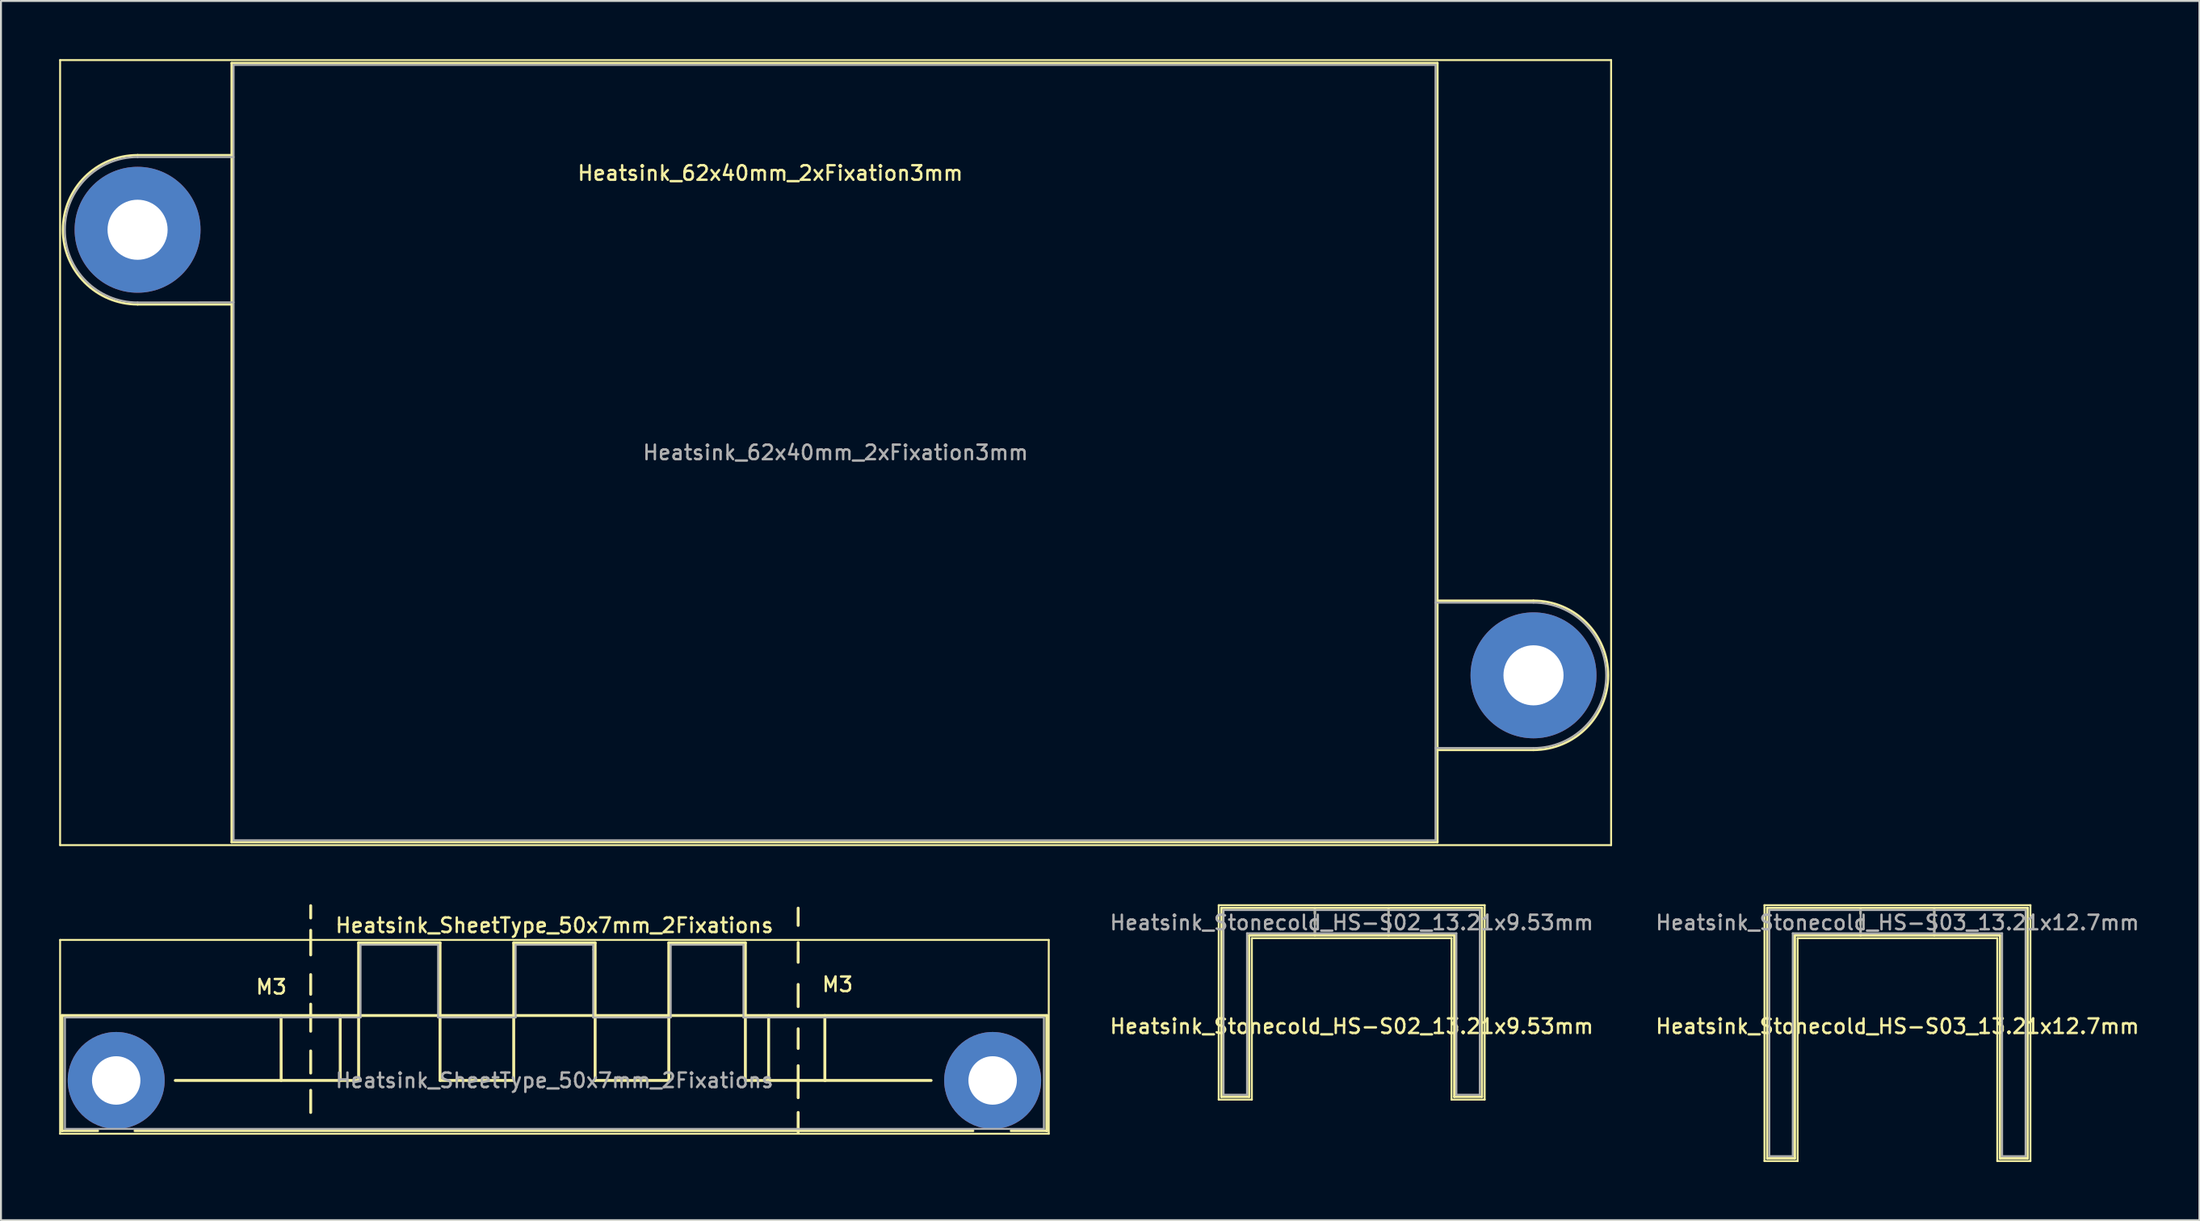
<source format=kicad_pcb>
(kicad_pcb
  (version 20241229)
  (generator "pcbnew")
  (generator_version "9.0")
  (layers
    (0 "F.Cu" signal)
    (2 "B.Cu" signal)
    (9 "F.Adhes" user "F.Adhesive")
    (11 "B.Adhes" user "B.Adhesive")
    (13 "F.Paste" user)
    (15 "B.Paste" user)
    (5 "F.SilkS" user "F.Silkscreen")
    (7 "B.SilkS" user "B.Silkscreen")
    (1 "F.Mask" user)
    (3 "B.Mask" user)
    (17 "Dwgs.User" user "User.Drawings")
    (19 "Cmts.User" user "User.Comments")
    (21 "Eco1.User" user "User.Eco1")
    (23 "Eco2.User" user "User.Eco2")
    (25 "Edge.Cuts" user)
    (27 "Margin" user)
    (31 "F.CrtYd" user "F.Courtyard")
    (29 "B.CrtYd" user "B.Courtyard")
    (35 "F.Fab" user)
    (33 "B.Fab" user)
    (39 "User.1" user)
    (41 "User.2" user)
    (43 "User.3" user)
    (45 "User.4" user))
  (footprint "Heatsink_SheetType_50x7mm_2Fixations"
    (layer "F.Cu")
    (at 25.55 52.692)
    (property "Reference" "Heatsink_SheetType_50x7mm_2Fixations" (at 0 -8 0) (layer "F.SilkS") (effects (font (size 0.75 0.75) (thickness 0.125))))
    (attr through_hole)
    (fp_line (start -25.5 -7.25) (end -25.5 2.75) (stroke (width 0.1) (type solid)) (layer "F.SilkS"))
    (fp_line (start -25.5 -7.25) (end 25.5 -7.25) (stroke (width 0.1) (type solid)) (layer "F.SilkS"))
    (fp_line (start -25.4 -3.35) (end -25.4 2.6) (stroke (width 0.15) (type solid)) (layer "F.SilkS"))
    (fp_line (start -25.4 2.6) (end -23.55 2.6) (stroke (width 0.12) (type solid)) (layer "F.SilkS"))
    (fp_line (start -21.65 2.6) (end 21.6 2.6) (stroke (width 0.12) (type solid)) (layer "F.SilkS"))
    (fp_line (start -14.1 -3.35) (end -14.097 0) (stroke (width 0.15) (type solid)) (layer "F.SilkS"))
    (fp_line (start -12.573 -9.017) (end -12.573 -8.382) (stroke (width 0.15) (type solid)) (layer "F.SilkS"))
    (fp_line (start -12.573 -7.747) (end -12.573 -6.477) (stroke (width 0.15) (type solid)) (layer "F.SilkS"))
    (fp_line (start -12.573 -5.461) (end -12.573 -4.445) (stroke (width 0.15) (type solid)) (layer "F.SilkS"))
    (fp_line (start -12.573 -3.937) (end -12.573 -2.54) (stroke (width 0.15) (type solid)) (layer "F.SilkS"))
    (fp_line (start -12.573 -1.524) (end -12.573 -0.381) (stroke (width 0.15) (type solid)) (layer "F.SilkS"))
    (fp_line (start -12.573 0.508) (end -12.573 1.651) (stroke (width 0.15) (type solid)) (layer "F.SilkS"))
    (fp_line (start -11.05 -3.35) (end -11.049 0) (stroke (width 0.15) (type solid)) (layer "F.SilkS"))
    (fp_line (start -10.1 -7.1) (end -10.1 0) (stroke (width 0.15) (type solid)) (layer "F.SilkS"))
    (fp_line (start -10.033 0) (end -19.558 0) (stroke (width 0.15) (type solid)) (layer "F.SilkS"))
    (fp_line (start -5.9 -7.1) (end -10.1 -7.1) (stroke (width 0.15) (type solid)) (layer "F.SilkS"))
    (fp_line (start -5.9 -7.1) (end -5.9 0) (stroke (width 0.15) (type solid)) (layer "F.SilkS"))
    (fp_line (start -2.1 -7.1) (end -2.1 0) (stroke (width 0.15) (type solid)) (layer "F.SilkS"))
    (fp_line (start -2.1 0) (end -5.9 0) (stroke (width 0.15) (type solid)) (layer "F.SilkS"))
    (fp_line (start 2.1 -7.1) (end -2.1 -7.1) (stroke (width 0.15) (type solid)) (layer "F.SilkS"))
    (fp_line (start 2.1 -7.1) (end 2.1 0) (stroke (width 0.15) (type solid)) (layer "F.SilkS"))
    (fp_line (start 5.9 -7.1) (end 5.9 0) (stroke (width 0.15) (type solid)) (layer "F.SilkS"))
    (fp_line (start 5.9 0) (end 2.1 0) (stroke (width 0.15) (type solid)) (layer "F.SilkS"))
    (fp_line (start 9.85 -7.1) (end 5.9 -7.1) (stroke (width 0.15) (type solid)) (layer "F.SilkS"))
    (fp_line (start 9.85 -7.1) (end 9.85 0) (stroke (width 0.15) (type solid)) (layer "F.SilkS"))
    (fp_line (start 11.05 -3.35) (end 11.05 0) (stroke (width 0.15) (type solid)) (layer "F.SilkS"))
    (fp_line (start 12.573 -8.89) (end 12.573 -8.001) (stroke (width 0.15) (type solid)) (layer "F.SilkS"))
    (fp_line (start 12.573 -7.112) (end 12.573 -6.096) (stroke (width 0.15) (type solid)) (layer "F.SilkS"))
    (fp_line (start 12.573 -4.953) (end 12.573 -3.81) (stroke (width 0.15) (type solid)) (layer "F.SilkS"))
    (fp_line (start 12.573 -2.667) (end 12.573 -1.651) (stroke (width 0.15) (type solid)) (layer "F.SilkS"))
    (fp_line (start 12.573 -0.762) (end 12.573 0.889) (stroke (width 0.15) (type solid)) (layer "F.SilkS"))
    (fp_line (start 12.573 1.651) (end 12.573 2.667) (stroke (width 0.15) (type solid)) (layer "F.SilkS"))
    (fp_line (start 13.95 -3.35) (end 13.95 0) (stroke (width 0.15) (type solid)) (layer "F.SilkS"))
    (fp_line (start 13.97 0) (end 9.906 0) (stroke (width 0.15) (type solid)) (layer "F.SilkS"))
    (fp_line (start 13.97 0) (end 19.431 0) (stroke (width 0.15) (type solid)) (layer "F.SilkS"))
    (fp_line (start 25.4 -3.35) (end -25.4 -3.35) (stroke (width 0.15) (type solid)) (layer "F.SilkS"))
    (fp_line (start 25.4 2.6) (end 23.55 2.6) (stroke (width 0.12) (type solid)) (layer "F.SilkS"))
    (fp_line (start 25.4 2.6) (end 25.4 -3.35) (stroke (width 0.15) (type solid)) (layer "F.SilkS"))
    (fp_line (start 25.5 2.75) (end -25.5 2.75) (stroke (width 0.1) (type solid)) (layer "F.SilkS"))
    (fp_line (start 25.5 2.75) (end 25.5 -7.25) (stroke (width 0.1) (type solid)) (layer "F.SilkS"))
    (fp_line (start -25.25 -3.25) (end -25.25 2.5) (stroke (width 0.1) (type solid)) (layer "F.Fab"))
    (fp_line (start -25.25 2.5) (end 25.25 2.5) (stroke (width 0.1) (type solid)) (layer "F.Fab"))
    (fp_line (start -10 -7) (end -10 -3.25) (stroke (width 0.1) (type solid)) (layer "F.Fab"))
    (fp_line (start -10 -3.25) (end -25.25 -3.25) (stroke (width 0.1) (type solid)) (layer "F.Fab"))
    (fp_line (start -6 -7) (end -10 -7) (stroke (width 0.1) (type solid)) (layer "F.Fab"))
    (fp_line (start -6 -3.25) (end -6 -7) (stroke (width 0.1) (type solid)) (layer "F.Fab"))
    (fp_line (start -2 -7) (end -2 -3.25) (stroke (width 0.1) (type solid)) (layer "F.Fab"))
    (fp_line (start -2 -3.25) (end -6 -3.25) (stroke (width 0.1) (type solid)) (layer "F.Fab"))
    (fp_line (start 2 -7) (end -2 -7) (stroke (width 0.1) (type solid)) (layer "F.Fab"))
    (fp_line (start 2 -6.75) (end 2 -7) (stroke (width 0.1) (type solid)) (layer "F.Fab"))
    (fp_line (start 2 -3.25) (end 2 -6.75) (stroke (width 0.1) (type solid)) (layer "F.Fab"))
    (fp_line (start 6 -7) (end 6 -3.25) (stroke (width 0.1) (type solid)) (layer "F.Fab"))
    (fp_line (start 6 -3.25) (end 2 -3.25) (stroke (width 0.1) (type solid)) (layer "F.Fab"))
    (fp_line (start 9.75 -7) (end 6 -7) (stroke (width 0.1) (type solid)) (layer "F.Fab"))
    (fp_line (start 9.75 -3.25) (end 9.75 -7) (stroke (width 0.1) (type solid)) (layer "F.Fab"))
    (fp_line (start 25.25 -3.25) (end 9.75 -3.25) (stroke (width 0.1) (type solid)) (layer "F.Fab"))
    (fp_line (start 25.25 2.5) (end 25.25 -3.25) (stroke (width 0.1) (type solid)) (layer "F.Fab"))
    (fp_text user "M3" (at -14.605 -4.826 0) (layer "F.SilkS") (effects (font (size 0.75 0.75) (thickness 0.125))))
    (fp_text user "M3" (at 14.605 -4.953 0) (layer "F.SilkS") (effects (font (size 0.75 0.75) (thickness 0.125))))
    (fp_text user "${REFERENCE}" (at 0 0 0) (layer "F.Fab") (effects (font (size 0.75 0.75) (thickness 0.125))))
    (pad "1" thru_hole circle (at -22.606 0) (size 5.001 5.001) (drill 2.499) (layers "*.Cu" "*.Mask"))
    (pad "1" thru_hole circle (at 22.606 0) (size 5.001 5.001) (drill 2.499) (layers "*.Cu" "*.Mask")))
  (footprint "Heatsink_62x40mm_2xFixation3mm"
    (layer "F.Cu")
    (at 9 40.3)
    (property "Reference" "Heatsink_62x40mm_2xFixation3mm" (at 27.686 -34.417 0) (layer "F.SilkS") (effects (font (size 0.75 0.75) (thickness 0.125))))
    (attr through_hole)
    (fp_line (start -8.95 -40.25) (end -8.95 0.25) (stroke (width 0.1) (type solid)) (layer "F.SilkS"))
    (fp_line (start -8.95 -40.25) (end 71.06 -40.25) (stroke (width 0.1) (type solid)) (layer "F.SilkS"))
    (fp_line (start -4.953 -35.346) (end -0.103 -35.346) (stroke (width 0.12) (type solid)) (layer "F.SilkS"))
    (fp_line (start -0.103 -27.646) (end -4.953 -27.646) (stroke (width 0.12) (type solid)) (layer "F.SilkS"))
    (fp_line (start -0.1 -40.1) (end -0.1 0.1) (stroke (width 0.12) (type solid)) (layer "F.SilkS"))
    (fp_line (start -0.1 0.1) (end 62.1 0.1) (stroke (width 0.12) (type solid)) (layer "F.SilkS"))
    (fp_line (start 62.1 -40.1) (end -0.1 -40.1) (stroke (width 0.12) (type solid)) (layer "F.SilkS"))
    (fp_line (start 62.1 0.1) (end 62.1 -40.1) (stroke (width 0.12) (type solid)) (layer "F.SilkS"))
    (fp_line (start 67.056 -12.359) (end 62.106 -12.359) (stroke (width 0.12) (type solid)) (layer "F.SilkS"))
    (fp_line (start 67.056 -4.659) (end 62.106 -4.659) (stroke (width 0.12) (type solid)) (layer "F.SilkS"))
    (fp_line (start 71.06 0.25) (end -8.95 0.25) (stroke (width 0.1) (type solid)) (layer "F.SilkS"))
    (fp_line (start 71.06 0.25) (end 71.06 -40.25) (stroke (width 0.1) (type solid)) (layer "F.SilkS"))
    (fp_arc (start -4.953 -27.646) (mid -8.803 -31.496) (end -4.953 -35.346) (stroke (width 0.12) (type solid)) (layer "F.SilkS"))
    (fp_arc (start 67.056 -12.359) (mid 70.906 -8.509) (end 67.056 -4.659) (stroke (width 0.12) (type solid)) (layer "F.SilkS"))
    (fp_line (start -4.953 -35.246) (end 0 -35.246) (stroke (width 0.1) (type solid)) (layer "F.Fab"))
    (fp_line (start -4.953 -27.746) (end 0 -27.753) (stroke (width 0.1) (type solid)) (layer "F.Fab"))
    (fp_line (start 0 -40) (end 62 -40) (stroke (width 0.1) (type solid)) (layer "F.Fab"))
    (fp_line (start 0 0) (end 0 -40) (stroke (width 0.1) (type solid)) (layer "F.Fab"))
    (fp_line (start 62 -40) (end 62 0) (stroke (width 0.1) (type solid)) (layer "F.Fab"))
    (fp_line (start 62 0) (end 0 0) (stroke (width 0.1) (type solid)) (layer "F.Fab"))
    (fp_line (start 67.056 -12.259) (end 62.006 -12.259) (stroke (width 0.1) (type solid)) (layer "F.Fab"))
    (fp_line (start 67.056 -4.759) (end 62.006 -4.759) (stroke (width 0.1) (type solid)) (layer "F.Fab"))
    (fp_arc (start -4.953 -27.746) (mid -8.703 -31.496) (end -4.953 -35.246) (stroke (width 0.1) (type solid)) (layer "F.Fab"))
    (fp_arc (start 67.056 -12.259) (mid 70.806 -8.509) (end 67.056 -4.759) (stroke (width 0.1) (type solid)) (layer "F.Fab"))
    (fp_text user "${REFERENCE}" (at 31.052 -20.002 0) (layer "F.Fab") (effects (font (size 0.75 0.75) (thickness 0.125))))
    (pad "1" thru_hole circle (at -4.953 -31.496) (size 6.497 6.497) (drill 3.099) (layers "*.Cu" "*.Mask"))
    (pad "1" thru_hole circle (at 67.056 -8.509) (size 6.497 6.497) (drill 3.099) (layers "*.Cu" "*.Mask")))
  (footprint "Heatsink_Stonecold_HS-S03_13.21x12.7mm"
    (layer "F.Cu")
    (at 94.83 43.9)
    (property "Reference" "Heatsink_Stonecold_HS-S03_13.21x12.7mm" (at 0 6 0) (layer "F.SilkS") (effects (font (size 0.75 0.75) (thickness 0.125))))
    (fp_line (start -6.86 -0.25) (end -6.86 12.95) (stroke (width 0.1) (type solid)) (layer "F.SilkS"))
    (fp_line (start -6.86 -0.25) (end 6.86 -0.25) (stroke (width 0.1) (type solid)) (layer "F.SilkS"))
    (fp_line (start -6.86 12.95) (end -5.15 12.95) (stroke (width 0.1) (type solid)) (layer "F.SilkS"))
    (fp_line (start -6.72 -0.11) (end -6.72 12.81) (stroke (width 0.12) (type solid)) (layer "F.SilkS"))
    (fp_line (start -6.72 -0.11) (end 6.72 -0.11) (stroke (width 0.12) (type solid)) (layer "F.SilkS"))
    (fp_line (start -6.72 12.81) (end -5.29 12.81) (stroke (width 0.12) (type solid)) (layer "F.SilkS"))
    (fp_line (start -5.29 1.31) (end 5.29 1.31) (stroke (width 0.12) (type solid)) (layer "F.SilkS"))
    (fp_line (start -5.29 12.81) (end -5.29 1.31) (stroke (width 0.12) (type solid)) (layer "F.SilkS"))
    (fp_line (start -5.15 1.45) (end -5.15 12.95) (stroke (width 0.1) (type solid)) (layer "F.SilkS"))
    (fp_line (start -5.15 1.45) (end 5.15 1.45) (stroke (width 0.1) (type solid)) (layer "F.SilkS"))
    (fp_line (start -1.9 -0.11) (end -1.9 0.19) (stroke (width 0.12) (type solid)) (layer "F.SilkS"))
    (fp_line (start -1.9 0.45) (end -1.9 0.75) (stroke (width 0.12) (type solid)) (layer "F.SilkS"))
    (fp_line (start -1.9 1.01) (end -1.9 1.31) (stroke (width 0.12) (type solid)) (layer "F.SilkS"))
    (fp_line (start 1.9 -0.11) (end 1.9 0.19) (stroke (width 0.12) (type solid)) (layer "F.SilkS"))
    (fp_line (start 1.9 0.45) (end 1.9 0.75) (stroke (width 0.12) (type solid)) (layer "F.SilkS"))
    (fp_line (start 1.9 1.01) (end 1.9 1.31) (stroke (width 0.12) (type solid)) (layer "F.SilkS"))
    (fp_line (start 5.15 1.45) (end 5.15 12.95) (stroke (width 0.1) (type solid)) (layer "F.SilkS"))
    (fp_line (start 5.15 12.95) (end 6.86 12.95) (stroke (width 0.1) (type solid)) (layer "F.SilkS"))
    (fp_line (start 5.29 1.31) (end 5.29 12.81) (stroke (width 0.12) (type solid)) (layer "F.SilkS"))
    (fp_line (start 5.29 12.81) (end 6.72 12.81) (stroke (width 0.12) (type solid)) (layer "F.SilkS"))
    (fp_line (start 6.72 -0.11) (end 6.72 12.81) (stroke (width 0.12) (type solid)) (layer "F.SilkS"))
    (fp_line (start 6.86 -0.25) (end 6.86 12.95) (stroke (width 0.1) (type solid)) (layer "F.SilkS"))
    (fp_line (start -6.61 0) (end -6.61 12.7) (stroke (width 0.1) (type solid)) (layer "F.Fab"))
    (fp_line (start -6.61 0) (end 6.61 0) (stroke (width 0.1) (type solid)) (layer "F.Fab"))
    (fp_line (start -6.61 12.7) (end -5.4 12.7) (stroke (width 0.1) (type solid)) (layer "F.Fab"))
    (fp_line (start -5.4 1.2) (end -5.4 12.7) (stroke (width 0.1) (type solid)) (layer "F.Fab"))
    (fp_line (start -5.4 1.2) (end 5.4 1.2) (stroke (width 0.1) (type solid)) (layer "F.Fab"))
    (fp_line (start -1.9 1.2) (end -1.9 0) (stroke (width 0.1) (type solid)) (layer "F.Fab"))
    (fp_line (start 1.9 1.2) (end 1.9 0) (stroke (width 0.1) (type solid)) (layer "F.Fab"))
    (fp_line (start 5.4 1.2) (end 5.4 12.7) (stroke (width 0.1) (type solid)) (layer "F.Fab"))
    (fp_line (start 5.4 12.7) (end 6.61 12.7) (stroke (width 0.1) (type solid)) (layer "F.Fab"))
    (fp_line (start 6.61 0) (end 6.61 12.7) (stroke (width 0.1) (type solid)) (layer "F.Fab"))
    (fp_text user "${REFERENCE}" (at 0 0.65 0) (layer "F.Fab") (effects (font (size 0.75 0.75) (thickness 0.125)))))
  (footprint "Heatsink_Stonecold_HS-S02_13.21x9.53mm"
    (layer "F.Cu")
    (at 66.677 43.9)
    (property "Reference" "Heatsink_Stonecold_HS-S02_13.21x9.53mm" (at 0 6 0) (layer "F.SilkS") (effects (font (size 0.75 0.75) (thickness 0.125))))
    (fp_line (start -6.86 -0.25) (end -6.86 9.78) (stroke (width 0.1) (type solid)) (layer "F.SilkS"))
    (fp_line (start -6.86 -0.25) (end 6.86 -0.25) (stroke (width 0.1) (type solid)) (layer "F.SilkS"))
    (fp_line (start -6.86 9.78) (end -5.15 9.78) (stroke (width 0.1) (type solid)) (layer "F.SilkS"))
    (fp_line (start -6.72 -0.11) (end -6.72 9.64) (stroke (width 0.12) (type solid)) (layer "F.SilkS"))
    (fp_line (start -6.72 -0.11) (end 6.72 -0.11) (stroke (width 0.12) (type solid)) (layer "F.SilkS"))
    (fp_line (start -6.72 9.64) (end -5.29 9.64) (stroke (width 0.12) (type solid)) (layer "F.SilkS"))
    (fp_line (start -5.29 1.31) (end 5.29 1.31) (stroke (width 0.12) (type solid)) (layer "F.SilkS"))
    (fp_line (start -5.29 9.64) (end -5.29 1.31) (stroke (width 0.12) (type solid)) (layer "F.SilkS"))
    (fp_line (start -5.15 1.45) (end -5.15 9.78) (stroke (width 0.1) (type solid)) (layer "F.SilkS"))
    (fp_line (start -5.15 1.45) (end 5.15 1.45) (stroke (width 0.1) (type solid)) (layer "F.SilkS"))
    (fp_line (start -1.9 -0.11) (end -1.9 0.19) (stroke (width 0.12) (type solid)) (layer "F.SilkS"))
    (fp_line (start -1.9 0.45) (end -1.9 0.75) (stroke (width 0.12) (type solid)) (layer "F.SilkS"))
    (fp_line (start -1.9 1.01) (end -1.9 1.31) (stroke (width 0.12) (type solid)) (layer "F.SilkS"))
    (fp_line (start 1.9 -0.11) (end 1.9 0.19) (stroke (width 0.12) (type solid)) (layer "F.SilkS"))
    (fp_line (start 1.9 0.45) (end 1.9 0.75) (stroke (width 0.12) (type solid)) (layer "F.SilkS"))
    (fp_line (start 1.9 1.01) (end 1.9 1.31) (stroke (width 0.12) (type solid)) (layer "F.SilkS"))
    (fp_line (start 5.15 1.45) (end 5.15 9.78) (stroke (width 0.1) (type solid)) (layer "F.SilkS"))
    (fp_line (start 5.15 9.78) (end 6.86 9.78) (stroke (width 0.1) (type solid)) (layer "F.SilkS"))
    (fp_line (start 5.29 1.31) (end 5.29 9.64) (stroke (width 0.12) (type solid)) (layer "F.SilkS"))
    (fp_line (start 5.29 9.64) (end 6.72 9.64) (stroke (width 0.12) (type solid)) (layer "F.SilkS"))
    (fp_line (start 6.72 -0.11) (end 6.72 9.64) (stroke (width 0.12) (type solid)) (layer "F.SilkS"))
    (fp_line (start 6.86 -0.25) (end 6.86 9.78) (stroke (width 0.1) (type solid)) (layer "F.SilkS"))
    (fp_line (start -6.61 0) (end -6.61 9.53) (stroke (width 0.1) (type solid)) (layer "F.Fab"))
    (fp_line (start -6.61 0) (end 6.61 0) (stroke (width 0.1) (type solid)) (layer "F.Fab"))
    (fp_line (start -6.61 9.53) (end -5.4 9.53) (stroke (width 0.1) (type solid)) (layer "F.Fab"))
    (fp_line (start -5.4 1.2) (end -5.4 9.53) (stroke (width 0.1) (type solid)) (layer "F.Fab"))
    (fp_line (start -5.4 1.2) (end 5.4 1.2) (stroke (width 0.1) (type solid)) (layer "F.Fab"))
    (fp_line (start -1.9 1.2) (end -1.9 0) (stroke (width 0.1) (type solid)) (layer "F.Fab"))
    (fp_line (start 1.9 1.2) (end 1.9 0) (stroke (width 0.1) (type solid)) (layer "F.Fab"))
    (fp_line (start 5.4 1.2) (end 5.4 9.53) (stroke (width 0.1) (type solid)) (layer "F.Fab"))
    (fp_line (start 5.4 9.53) (end 6.61 9.53) (stroke (width 0.1) (type solid)) (layer "F.Fab"))
    (fp_line (start 6.61 0) (end 6.61 9.53) (stroke (width 0.1) (type solid)) (layer "F.Fab"))
    (fp_text user "${REFERENCE}" (at 0 0.65 0) (layer "F.Fab") (effects (font (size 0.75 0.75) (thickness 0.125)))))
  (gr_rect
    (start -3 -3)
    (end 110.407 59.9)
    (stroke (width 0.1) (type default))
    (fill no)
    (layer "Edge.Cuts")))
</source>
